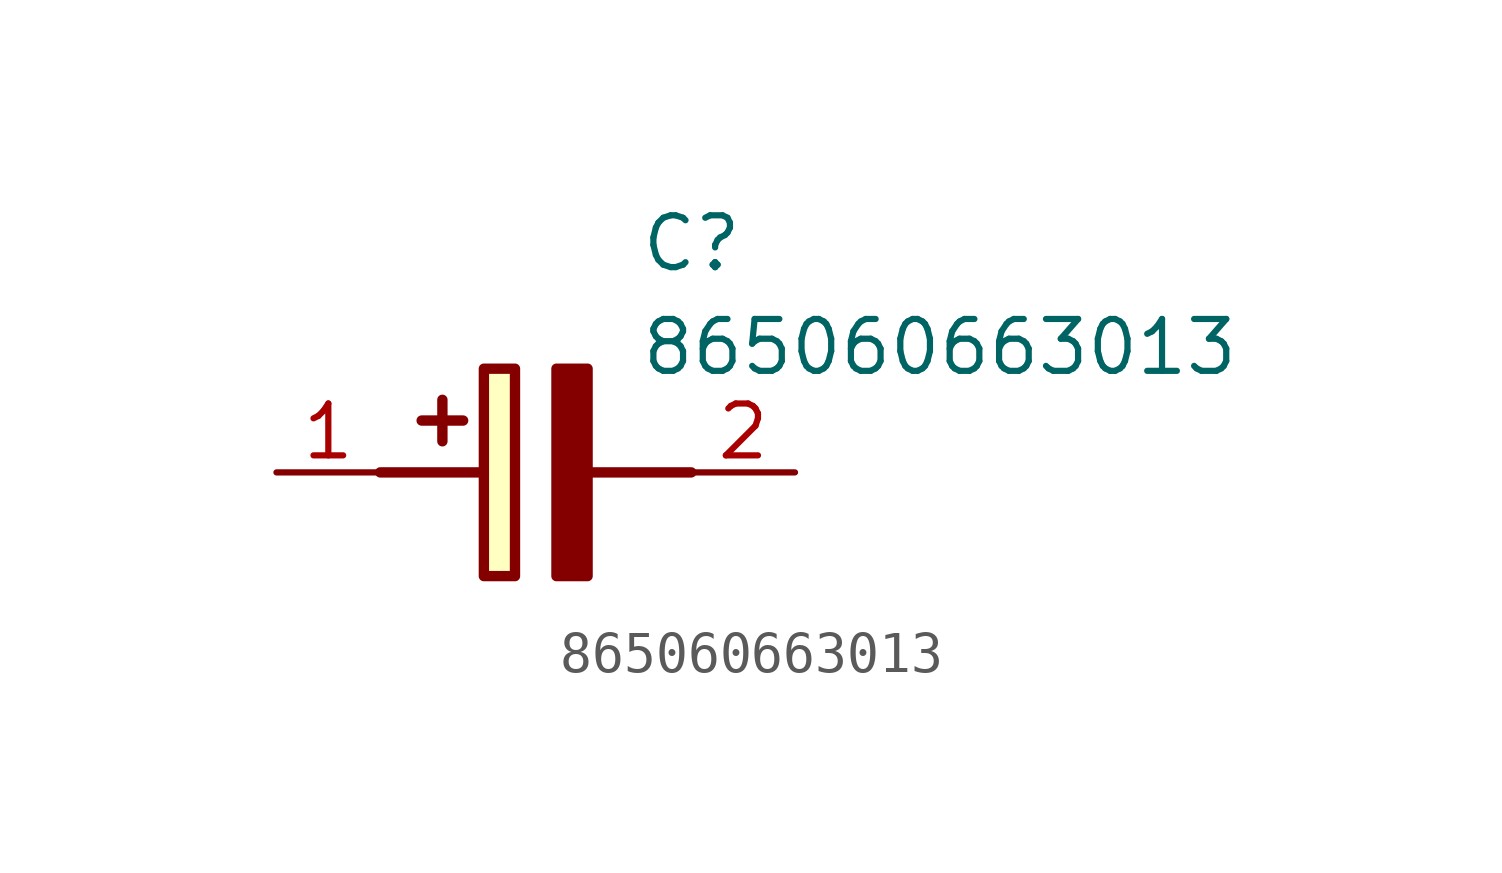
<source format=kicad_sym>
(kicad_symbol_lib
  (version 20211014)
  (generator SamacSys_ECAD_Model)
  (symbol "865060663013"
    (pin_names hide)
    (property "Reference" "C"
      (at 8.89 6.35 0)
      (effects (font (size 1.27 1.27)) (justify left top)))
    (property "Value" "865060663013"
      (at 8.89 3.81 0)
      (effects (font (size 1.27 1.27)) (justify left top)))
    (rectangle
      (start 5.08 2.54)
      (end 5.842 -2.54)
      (stroke (width 0.254) (type default))
      (fill (type background)))
    (polyline
      (pts (xy 4.572 1.27) (xy 3.556 1.27))
      (stroke (width 0.254) (type default))
      (fill (type none)))
    (polyline
      (pts (xy 4.064 1.778) (xy 4.064 0.762))
      (stroke (width 0.254) (type default))
      (fill (type none)))
    (polyline
      (pts (xy 2.54 0) (xy 5.08 0))
      (stroke (width 0.254) (type default))
      (fill (type none)))
    (polyline
      (pts (xy 7.62 0) (xy 10.16 0))
      (stroke (width 0.254) (type default))
      (fill (type none)))
    (polyline
      (pts (xy 7.62 2.54) (xy 7.62 -2.54) (xy 6.858 -2.54) (xy 6.858 2.54) (xy 7.62 2.54))
      (stroke (width 0.254) (type default))
      (fill (type outline)))
    (pin passive line
      (at 0 0 0)
      (length 2.54)
      (name "+" (effects (font (size 1.27 1.27))))
      (number "1" (effects (font (size 1.27 1.27)))))
    (pin passive line
      (at 12.7 0 180)
      (length 2.54)
      (name "-" (effects (font (size 1.27 1.27))))
      (number "2" (effects (font (size 1.27 1.27)))))))
</source>
